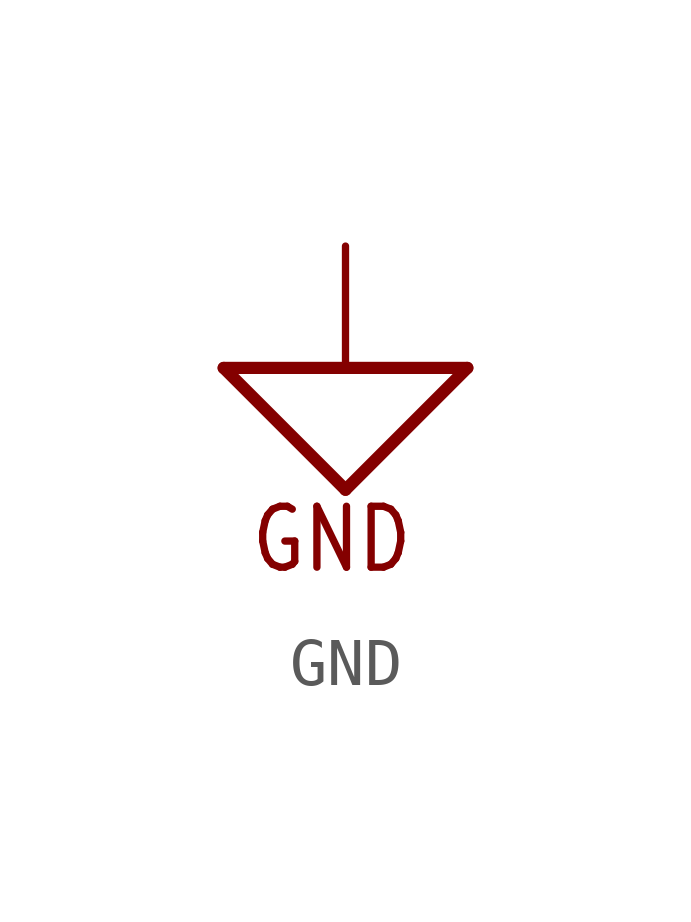
<source format=kicad_sym>
(kicad_symbol_lib
  (version 20211014)
  (generator kicad_symbol_editor)
  (symbol "GND"
    (power)
    (property "Reference" ""
      (at 0 0 0)
      (effects (font (size 1.27 1.27)) hide))
    (property "ki_locked" ""
      (at 0 0 0)
      (effects (font (size 1.27 1.27))))
    (symbol "GND_1_0"
      (polyline (pts (xy -2.54 0) (xy 2.54 0)) (stroke (width 0.254) (type default) (color 0 0 0 0)) (fill (type none)))
      (polyline (pts (xy 0 -2.54) (xy -2.54 0)) (stroke (width 0.254) (type default) (color 0 0 0 0)) (fill (type none)))
      (polyline (pts (xy 2.54 0) (xy 0 -2.54)) (stroke (width 0.254) (type default) (color 0 0 0 0)) (fill (type none)))
      (text "GND" (at -2.032 -4.318 0) (effects (font (size 1.27 1.079)) (justify left bottom)))
      (pin power_in line (at 0 2.54 270) (length 2.54) (name "GND" (effects (font (size 0 0)))) (number "1" (effects (font (size 0 0))))))))
</source>
